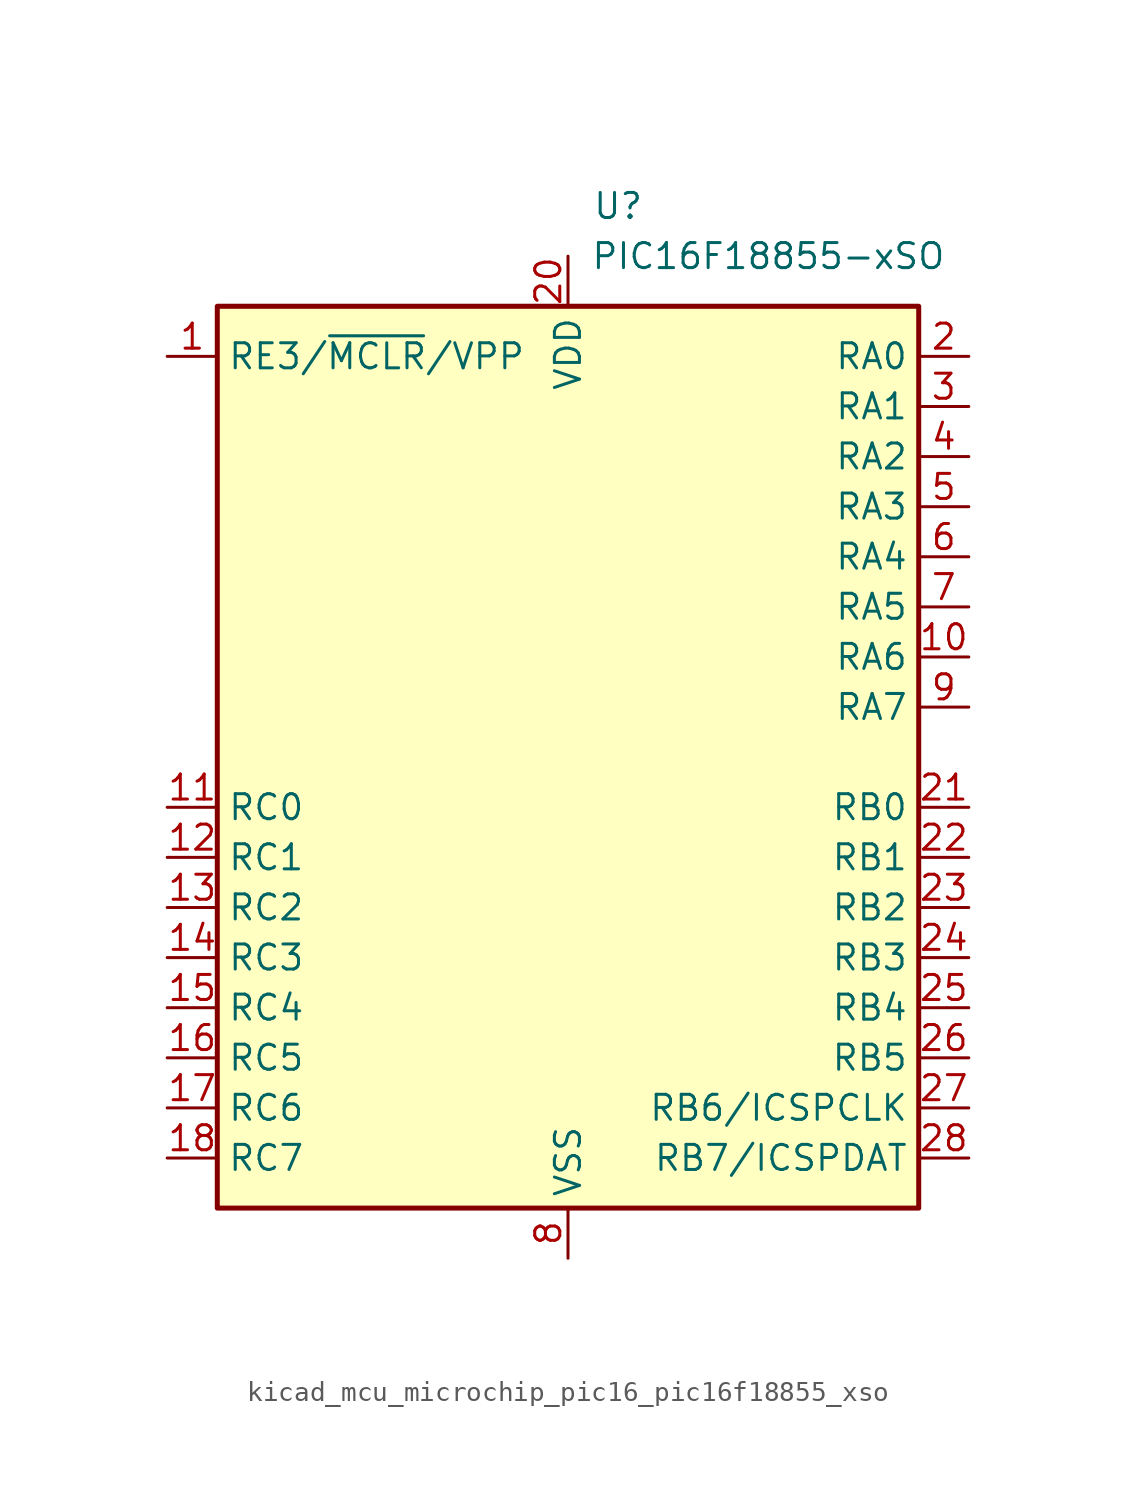
<source format=kicad_sym>
(kicad_symbol_lib
  (version 20220914)
  (generator kicad_symbol_editor)
  (symbol "kicad_mcu_microchip_pic16_pic16f18855_xso"
    (property "Reference" "U"
      (at 2.54 27.94 0)
      (effects (font (size 1.27 1.27))))
    (property "Value" "PIC16F18855-xSO"
      (at 10.16 25.4 0)
      (effects (font (size 1.27 1.27))))
    (symbol "kicad_mcu_microchip_pic16_pic16f18855_xso_0_0"
      (pin passive line (at 0 -25.4 90) (length 2.54) hide (name "VSS" (effects (font (size 1.27 1.27)))) (number "19" (effects (font (size 1.27 1.27))))))
    (symbol "kicad_mcu_microchip_pic16_pic16f18855_xso_0_1"
      (rectangle (start -17.78 22.86) (end 17.78 -22.86) (stroke (width 0.254) (type default)) (fill (type background))))
    (symbol "kicad_mcu_microchip_pic16_pic16f18855_xso_1_1"
      (pin input line (at -20.32 20.32 0) (length 2.54) (name "RE3/~{MCLR}/VPP" (effects (font (size 1.27 1.27)))) (number "1" (effects (font (size 1.27 1.27)))))
      (pin bidirectional line (at 20.32 5.08 180) (length 2.54) (name "RA6" (effects (font (size 1.27 1.27)))) (number "10" (effects (font (size 1.27 1.27)))))
      (pin bidirectional line (at -20.32 -2.54 0) (length 2.54) (name "RC0" (effects (font (size 1.27 1.27)))) (number "11" (effects (font (size 1.27 1.27)))))
      (pin bidirectional line (at -20.32 -5.08 0) (length 2.54) (name "RC1" (effects (font (size 1.27 1.27)))) (number "12" (effects (font (size 1.27 1.27)))))
      (pin bidirectional line (at -20.32 -7.62 0) (length 2.54) (name "RC2" (effects (font (size 1.27 1.27)))) (number "13" (effects (font (size 1.27 1.27)))))
      (pin bidirectional line (at -20.32 -10.16 0) (length 2.54) (name "RC3" (effects (font (size 1.27 1.27)))) (number "14" (effects (font (size 1.27 1.27)))))
      (pin bidirectional line (at -20.32 -12.7 0) (length 2.54) (name "RC4" (effects (font (size 1.27 1.27)))) (number "15" (effects (font (size 1.27 1.27)))))
      (pin bidirectional line (at -20.32 -15.24 0) (length 2.54) (name "RC5" (effects (font (size 1.27 1.27)))) (number "16" (effects (font (size 1.27 1.27)))))
      (pin bidirectional line (at -20.32 -17.78 0) (length 2.54) (name "RC6" (effects (font (size 1.27 1.27)))) (number "17" (effects (font (size 1.27 1.27)))))
      (pin bidirectional line (at -20.32 -20.32 0) (length 2.54) (name "RC7" (effects (font (size 1.27 1.27)))) (number "18" (effects (font (size 1.27 1.27)))))
      (pin bidirectional line (at 20.32 20.32 180) (length 2.54) (name "RA0" (effects (font (size 1.27 1.27)))) (number "2" (effects (font (size 1.27 1.27)))))
      (pin power_in line (at 0 25.4 270) (length 2.54) (name "VDD" (effects (font (size 1.27 1.27)))) (number "20" (effects (font (size 1.27 1.27)))))
      (pin bidirectional line (at 20.32 -2.54 180) (length 2.54) (name "RB0" (effects (font (size 1.27 1.27)))) (number "21" (effects (font (size 1.27 1.27)))))
      (pin bidirectional line (at 20.32 -5.08 180) (length 2.54) (name "RB1" (effects (font (size 1.27 1.27)))) (number "22" (effects (font (size 1.27 1.27)))))
      (pin bidirectional line (at 20.32 -7.62 180) (length 2.54) (name "RB2" (effects (font (size 1.27 1.27)))) (number "23" (effects (font (size 1.27 1.27)))))
      (pin bidirectional line (at 20.32 -10.16 180) (length 2.54) (name "RB3" (effects (font (size 1.27 1.27)))) (number "24" (effects (font (size 1.27 1.27)))))
      (pin bidirectional line (at 20.32 -12.7 180) (length 2.54) (name "RB4" (effects (font (size 1.27 1.27)))) (number "25" (effects (font (size 1.27 1.27)))))
      (pin bidirectional line (at 20.32 -15.24 180) (length 2.54) (name "RB5" (effects (font (size 1.27 1.27)))) (number "26" (effects (font (size 1.27 1.27)))))
      (pin bidirectional line (at 20.32 -17.78 180) (length 2.54) (name "RB6/ICSPCLK" (effects (font (size 1.27 1.27)))) (number "27" (effects (font (size 1.27 1.27)))))
      (pin bidirectional line (at 20.32 -20.32 180) (length 2.54) (name "RB7/ICSPDAT" (effects (font (size 1.27 1.27)))) (number "28" (effects (font (size 1.27 1.27)))))
      (pin bidirectional line (at 20.32 17.78 180) (length 2.54) (name "RA1" (effects (font (size 1.27 1.27)))) (number "3" (effects (font (size 1.27 1.27)))))
      (pin bidirectional line (at 20.32 15.24 180) (length 2.54) (name "RA2" (effects (font (size 1.27 1.27)))) (number "4" (effects (font (size 1.27 1.27)))))
      (pin bidirectional line (at 20.32 12.7 180) (length 2.54) (name "RA3" (effects (font (size 1.27 1.27)))) (number "5" (effects (font (size 1.27 1.27)))))
      (pin bidirectional line (at 20.32 10.16 180) (length 2.54) (name "RA4" (effects (font (size 1.27 1.27)))) (number "6" (effects (font (size 1.27 1.27)))))
      (pin bidirectional line (at 20.32 7.62 180) (length 2.54) (name "RA5" (effects (font (size 1.27 1.27)))) (number "7" (effects (font (size 1.27 1.27)))))
      (pin power_in line (at 0 -25.4 90) (length 2.54) (name "VSS" (effects (font (size 1.27 1.27)))) (number "8" (effects (font (size 1.27 1.27)))))
      (pin bidirectional line (at 20.32 2.54 180) (length 2.54) (name "RA7" (effects (font (size 1.27 1.27)))) (number "9" (effects (font (size 1.27 1.27))))))))
</source>
